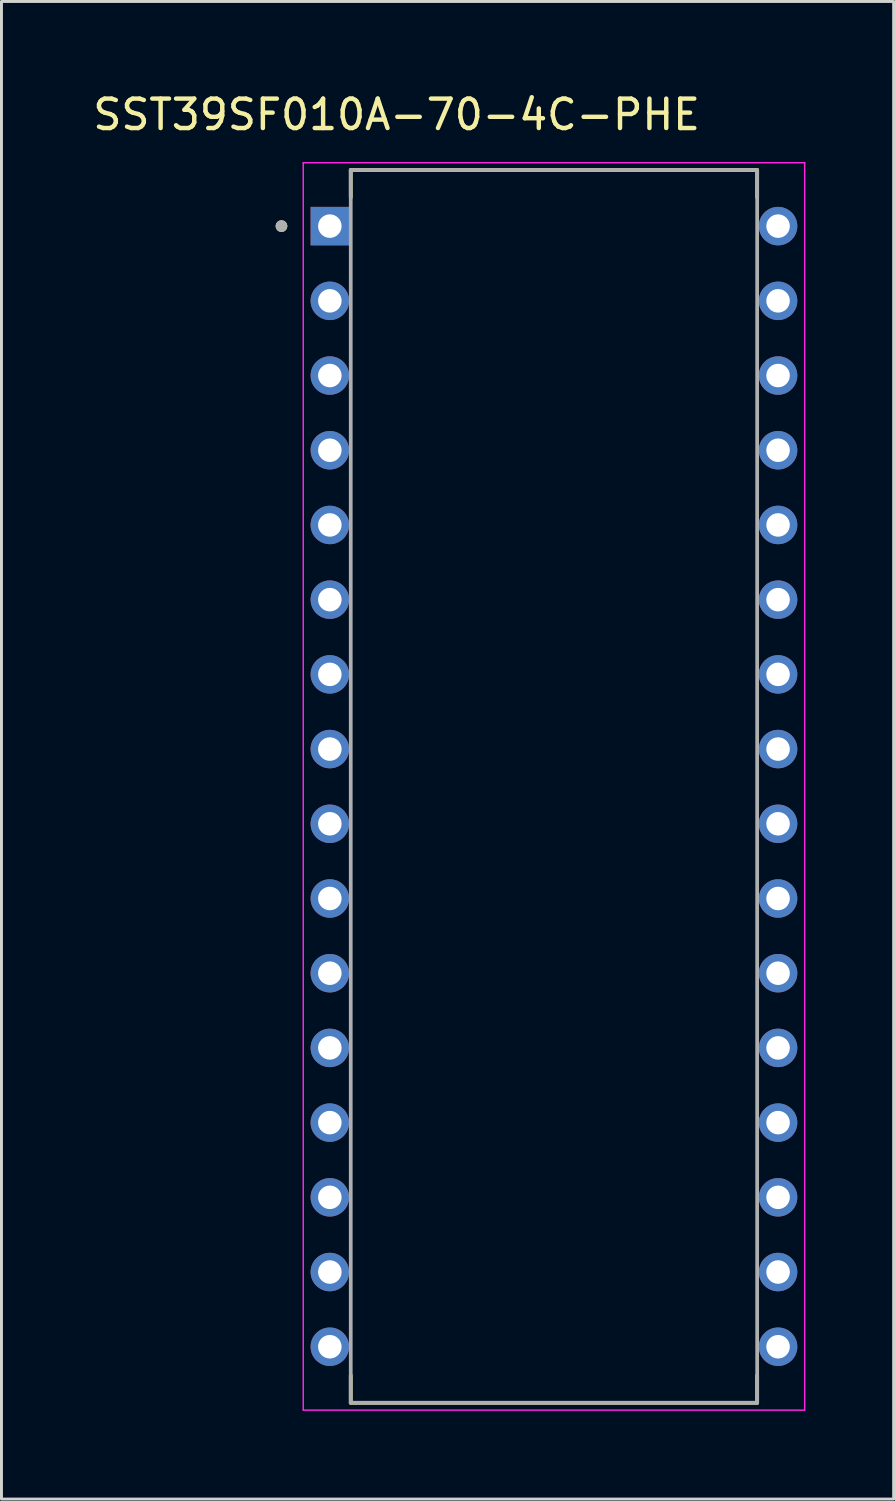
<source format=kicad_pcb>
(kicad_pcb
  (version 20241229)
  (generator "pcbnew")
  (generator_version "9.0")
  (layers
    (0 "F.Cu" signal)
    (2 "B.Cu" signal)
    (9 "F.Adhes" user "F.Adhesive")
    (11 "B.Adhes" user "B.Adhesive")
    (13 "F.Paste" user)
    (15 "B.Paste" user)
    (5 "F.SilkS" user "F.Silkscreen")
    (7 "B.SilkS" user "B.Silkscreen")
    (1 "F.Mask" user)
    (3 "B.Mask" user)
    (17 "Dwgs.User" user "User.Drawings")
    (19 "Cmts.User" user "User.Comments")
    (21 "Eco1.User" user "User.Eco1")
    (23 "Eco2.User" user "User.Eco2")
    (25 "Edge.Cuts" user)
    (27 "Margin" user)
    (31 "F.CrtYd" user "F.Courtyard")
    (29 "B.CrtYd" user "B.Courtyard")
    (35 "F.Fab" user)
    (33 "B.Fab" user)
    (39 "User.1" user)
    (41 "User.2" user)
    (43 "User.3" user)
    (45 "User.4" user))
  (footprint "SST39SF010A-70-4C-PHE"
    (layer "F.Cu")
    (at 15.784 23.688)
    (property "Reference" "SST39SF010A-70-4C-PHE" (at -5.349 -22.84 0) (layer "F.SilkS") (effects (font (size 1 1) (thickness 0.15))))
    (attr through_hole)
    (fp_line (start -6.909 -20.955) (end 6.909 -20.955) (stroke (width 0.127) (type solid)) (layer "F.SilkS"))
    (fp_line (start -6.909 -20.024) (end -6.909 -20.955) (stroke (width 0.127) (type solid)) (layer "F.SilkS"))
    (fp_line (start -6.909 20.955) (end -6.909 20.024) (stroke (width 0.127) (type solid)) (layer "F.SilkS"))
    (fp_line (start 6.909 -20.955) (end 6.909 -20.024) (stroke (width 0.127) (type solid)) (layer "F.SilkS"))
    (fp_line (start 6.909 20.955) (end -6.909 20.955) (stroke (width 0.127) (type solid)) (layer "F.SilkS"))
    (fp_line (start 6.909 20.955) (end 6.909 20.024) (stroke (width 0.127) (type solid)) (layer "F.SilkS"))
    (fp_circle (center -9.264 -19.05) (end -9.164 -19.05) (stroke (width 0.2) (type solid)) (fill no) (layer "F.SilkS"))
    (fp_line (start -8.524 -21.205) (end -8.524 21.205) (stroke (width 0.05) (type solid)) (layer "F.CrtYd"))
    (fp_line (start -8.524 21.205) (end 8.524 21.205) (stroke (width 0.05) (type solid)) (layer "F.CrtYd"))
    (fp_line (start 8.524 -21.205) (end -8.524 -21.205) (stroke (width 0.05) (type solid)) (layer "F.CrtYd"))
    (fp_line (start 8.524 21.205) (end 8.524 -21.205) (stroke (width 0.05) (type solid)) (layer "F.CrtYd"))
    (fp_line (start -6.909 -20.955) (end 6.909 -20.955) (stroke (width 0.127) (type solid)) (layer "F.Fab"))
    (fp_line (start -6.909 20.955) (end -6.909 -20.955) (stroke (width 0.127) (type solid)) (layer "F.Fab"))
    (fp_line (start 6.909 -20.955) (end 6.909 20.955) (stroke (width 0.127) (type solid)) (layer "F.Fab"))
    (fp_line (start 6.909 20.955) (end -6.909 20.955) (stroke (width 0.127) (type solid)) (layer "F.Fab"))
    (fp_circle (center -9.264 -19.05) (end -9.164 -19.05) (stroke (width 0.2) (type solid)) (fill no) (layer "F.Fab"))
    (pad "1" thru_hole rect (at -7.62 -19.05) (size 1.308 1.308) (drill 0.8) (layers "*.Cu" "*.Mask"))
    (pad "2" thru_hole circle (at -7.62 -16.51) (size 1.308 1.308) (drill 0.8) (layers "*.Cu" "*.Mask"))
    (pad "3" thru_hole circle (at -7.62 -13.97) (size 1.308 1.308) (drill 0.8) (layers "*.Cu" "*.Mask"))
    (pad "4" thru_hole circle (at -7.62 -11.43) (size 1.308 1.308) (drill 0.8) (layers "*.Cu" "*.Mask"))
    (pad "5" thru_hole circle (at -7.62 -8.89) (size 1.308 1.308) (drill 0.8) (layers "*.Cu" "*.Mask"))
    (pad "6" thru_hole circle (at -7.62 -6.35) (size 1.308 1.308) (drill 0.8) (layers "*.Cu" "*.Mask"))
    (pad "7" thru_hole circle (at -7.62 -3.81) (size 1.308 1.308) (drill 0.8) (layers "*.Cu" "*.Mask"))
    (pad "8" thru_hole circle (at -7.62 -1.27) (size 1.308 1.308) (drill 0.8) (layers "*.Cu" "*.Mask"))
    (pad "9" thru_hole circle (at -7.62 1.27) (size 1.308 1.308) (drill 0.8) (layers "*.Cu" "*.Mask"))
    (pad "10" thru_hole circle (at -7.62 3.81) (size 1.308 1.308) (drill 0.8) (layers "*.Cu" "*.Mask"))
    (pad "11" thru_hole circle (at -7.62 6.35) (size 1.308 1.308) (drill 0.8) (layers "*.Cu" "*.Mask"))
    (pad "12" thru_hole circle (at -7.62 8.89) (size 1.308 1.308) (drill 0.8) (layers "*.Cu" "*.Mask"))
    (pad "13" thru_hole circle (at -7.62 11.43) (size 1.308 1.308) (drill 0.8) (layers "*.Cu" "*.Mask"))
    (pad "14" thru_hole circle (at -7.62 13.97) (size 1.308 1.308) (drill 0.8) (layers "*.Cu" "*.Mask"))
    (pad "15" thru_hole circle (at -7.62 16.51) (size 1.308 1.308) (drill 0.8) (layers "*.Cu" "*.Mask"))
    (pad "16" thru_hole circle (at -7.62 19.05) (size 1.308 1.308) (drill 0.8) (layers "*.Cu" "*.Mask"))
    (pad "17" thru_hole circle (at 7.62 19.05) (size 1.308 1.308) (drill 0.8) (layers "*.Cu" "*.Mask"))
    (pad "18" thru_hole circle (at 7.62 16.51) (size 1.308 1.308) (drill 0.8) (layers "*.Cu" "*.Mask"))
    (pad "19" thru_hole circle (at 7.62 13.97) (size 1.308 1.308) (drill 0.8) (layers "*.Cu" "*.Mask"))
    (pad "20" thru_hole circle (at 7.62 11.43) (size 1.308 1.308) (drill 0.8) (layers "*.Cu" "*.Mask"))
    (pad "21" thru_hole circle (at 7.62 8.89) (size 1.308 1.308) (drill 0.8) (layers "*.Cu" "*.Mask"))
    (pad "22" thru_hole circle (at 7.62 6.35) (size 1.308 1.308) (drill 0.8) (layers "*.Cu" "*.Mask"))
    (pad "23" thru_hole circle (at 7.62 3.81) (size 1.308 1.308) (drill 0.8) (layers "*.Cu" "*.Mask"))
    (pad "24" thru_hole circle (at 7.62 1.27) (size 1.308 1.308) (drill 0.8) (layers "*.Cu" "*.Mask"))
    (pad "25" thru_hole circle (at 7.62 -1.27) (size 1.308 1.308) (drill 0.8) (layers "*.Cu" "*.Mask"))
    (pad "26" thru_hole circle (at 7.62 -3.81) (size 1.308 1.308) (drill 0.8) (layers "*.Cu" "*.Mask"))
    (pad "27" thru_hole circle (at 7.62 -6.35) (size 1.308 1.308) (drill 0.8) (layers "*.Cu" "*.Mask"))
    (pad "28" thru_hole circle (at 7.62 -8.89) (size 1.308 1.308) (drill 0.8) (layers "*.Cu" "*.Mask"))
    (pad "29" thru_hole circle (at 7.62 -11.43) (size 1.308 1.308) (drill 0.8) (layers "*.Cu" "*.Mask"))
    (pad "30" thru_hole circle (at 7.62 -13.97) (size 1.308 1.308) (drill 0.8) (layers "*.Cu" "*.Mask"))
    (pad "31" thru_hole circle (at 7.62 -16.51) (size 1.308 1.308) (drill 0.8) (layers "*.Cu" "*.Mask"))
    (pad "32" thru_hole circle (at 7.62 -19.05) (size 1.308 1.308) (drill 0.8) (layers "*.Cu" "*.Mask")))
  (gr_rect
    (start -3 -3)
    (end 27.333 47.918)
    (stroke (width 0.1) (type default))
    (fill no)
    (layer "Edge.Cuts")))
</source>
